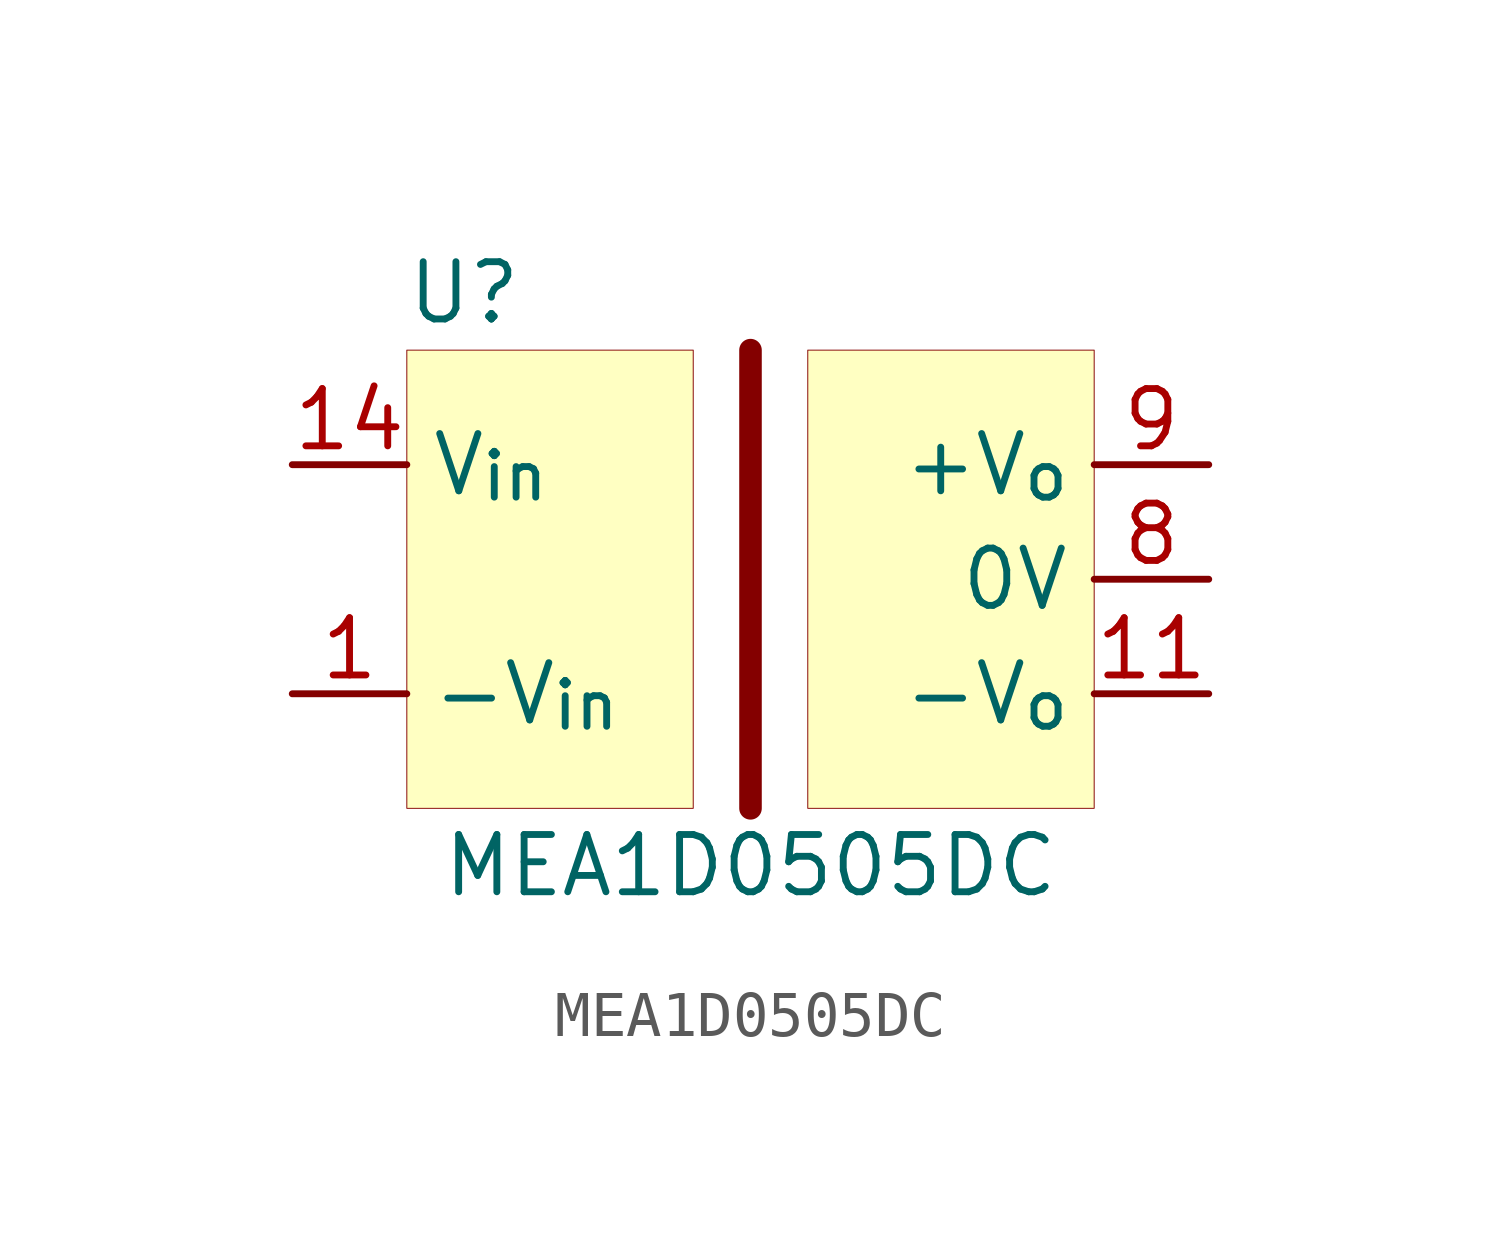
<source format=kicad_sym>
(kicad_symbol_lib
  (version 20200126)
  (host kicad_symbol_editor "(5.99.0-2251-g5226d6b4d)")
  (symbol "MEA1:MEA1D0505DC"
    (property "Reference" "U"
      (at -6.35 6.35 0)
      (effects (font (size 1.27 1.27))))
    (property "Value" "MEA1D0505DC"
      (at 0 -6.35 0)
      (effects (font (size 1.27 1.27))))
    (symbol "MEA1D0505DC_0_1"
      (rectangle (start -7.62 5.08) (end -1.27 -5.08) (stroke (width 0.001)) (fill (type background)))
      (rectangle (start 7.62 5.08) (end 1.27 -5.08) (stroke (width 0.001)) (fill (type background)))
      (polyline (pts (xy 0 5.08) (xy 0 -5.08)) (stroke (width 0.5)) (fill (type none))))
    (symbol "MEA1D0505DC_1_1"
      (pin power_in line (at -10.16 2.54 0) (length 2.54) (name "V_{in}" (effects (font (size 1.27 1.27)))) (number "14" (effects (font (size 1.27 1.27))))))
    (symbol "MEA1D0505DC_0_0"
      (pin power_in line (at -10.16 -2.54 0) (length 2.54) (name "-V_{in}" (effects (font (size 1.27 1.27)))) (number "1" (effects (font (size 1.27 1.27)))))
      (pin power_out line (at 10.16 0 180) (length 2.54) (name "0V" (effects (font (size 1.27 1.27)))) (number "8" (effects (font (size 1.27 1.27)))))
      (pin power_out line (at 10.16 -2.54 180) (length 2.54) (name "-V_{o}" (effects (font (size 1.27 1.27)))) (number "11" (effects (font (size 1.27 1.27)))))
      (pin power_out line (at 10.16 2.54 180) (length 2.54) (name "+V_{o}" (effects (font (size 1.27 1.27)))) (number "9" (effects (font (size 1.27 1.27))))))))
</source>
